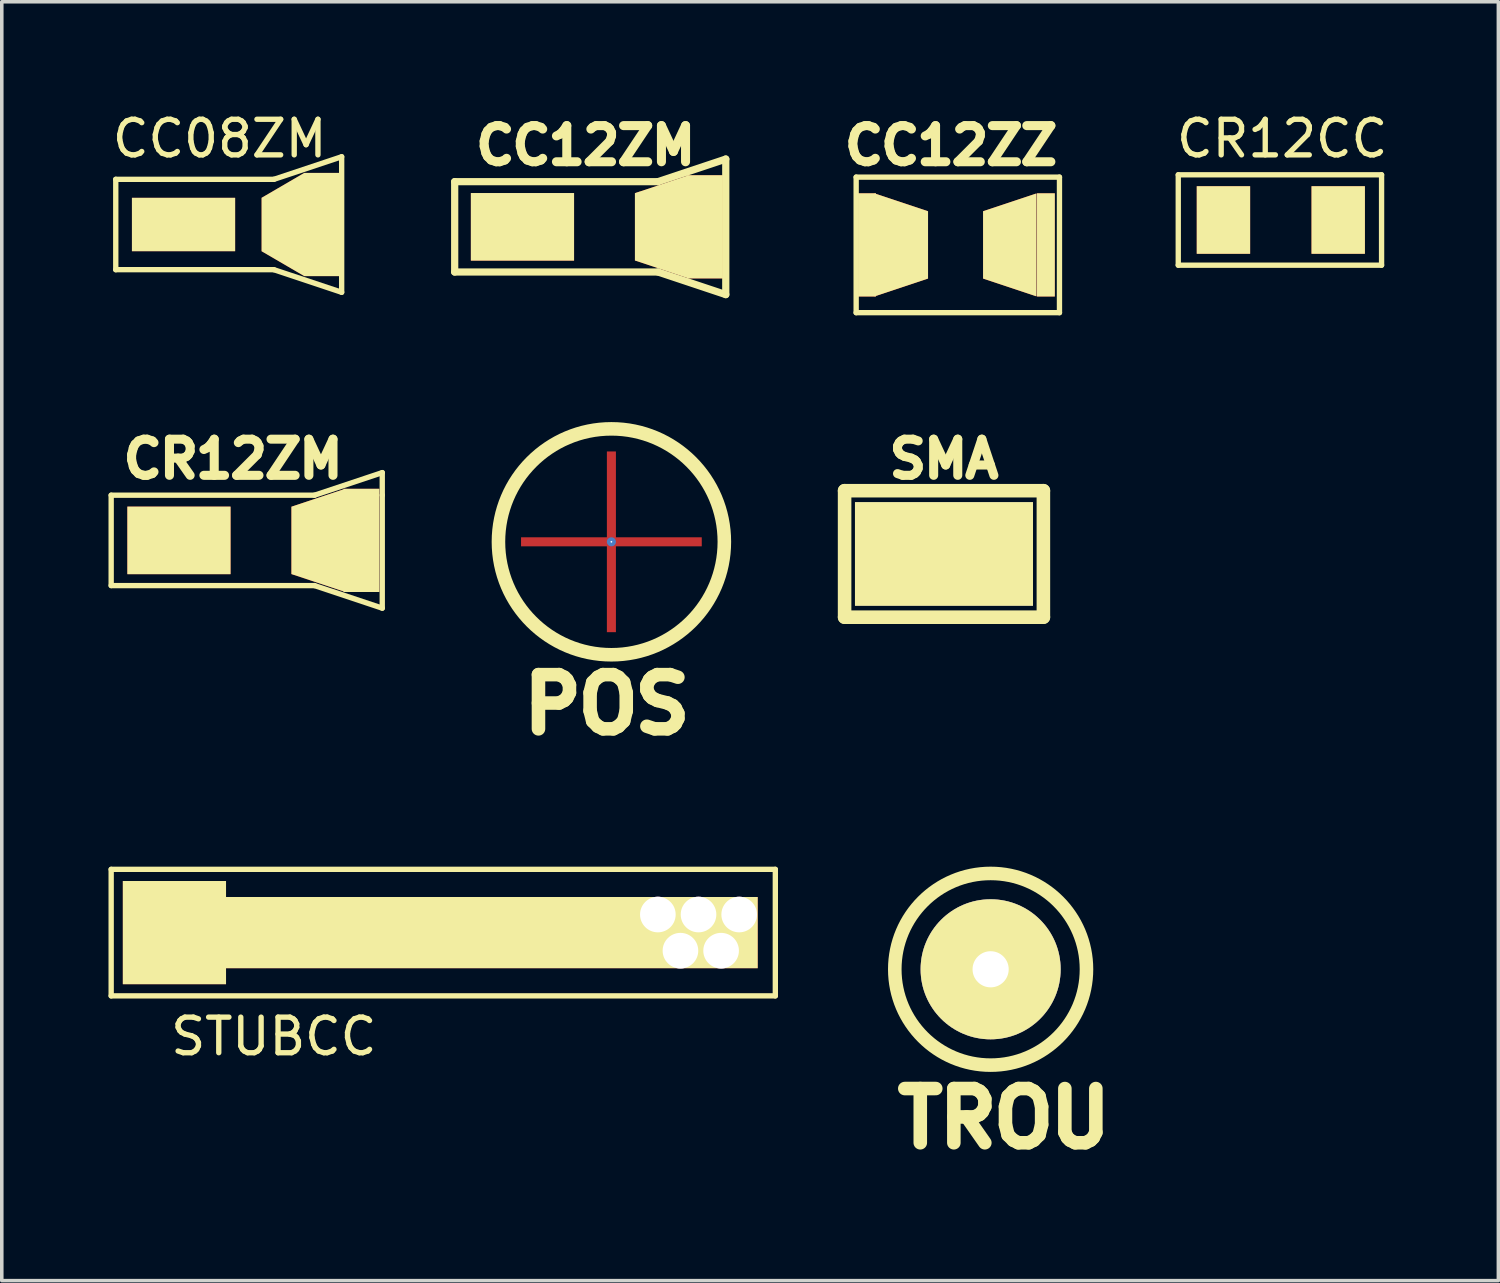
<source format=kicad_pcb>
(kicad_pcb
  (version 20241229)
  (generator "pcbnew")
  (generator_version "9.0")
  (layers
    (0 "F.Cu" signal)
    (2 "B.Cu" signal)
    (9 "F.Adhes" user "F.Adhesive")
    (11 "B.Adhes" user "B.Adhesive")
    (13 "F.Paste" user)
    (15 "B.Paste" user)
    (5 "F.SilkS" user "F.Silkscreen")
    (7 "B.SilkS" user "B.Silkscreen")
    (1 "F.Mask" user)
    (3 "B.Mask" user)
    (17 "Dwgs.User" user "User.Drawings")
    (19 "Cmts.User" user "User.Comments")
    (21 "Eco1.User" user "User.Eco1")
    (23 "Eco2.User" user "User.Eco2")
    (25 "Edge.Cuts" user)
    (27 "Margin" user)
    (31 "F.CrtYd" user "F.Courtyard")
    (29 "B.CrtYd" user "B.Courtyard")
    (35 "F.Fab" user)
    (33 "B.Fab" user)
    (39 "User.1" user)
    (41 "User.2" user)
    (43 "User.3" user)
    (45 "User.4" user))
  (footprint "CC12ZM"
    (layer "F.Cu")
    (at 14.176 3.326)
    (property "Reference" "CC12ZM" (at -0.762 -2.286 0) (layer "F.SilkS") (effects (font (size 1.016 1.016) (thickness 0.305))))
    (attr through_hole)
    (fp_line (start -4.445 -1.27) (end -4.445 1.27) (stroke (width 0.203) (type solid)) (layer "F.SilkS"))
    (fp_line (start -4.445 -1.27) (end 1.27 -1.27) (stroke (width 0.203) (type solid)) (layer "F.SilkS"))
    (fp_line (start -4.445 1.27) (end 1.27 1.27) (stroke (width 0.203) (type solid)) (layer "F.SilkS"))
    (fp_line (start 1.27 -1.27) (end 3.175 -1.905) (stroke (width 0.203) (type solid)) (layer "F.SilkS"))
    (fp_line (start 1.27 1.27) (end 3.175 1.905) (stroke (width 0.203) (type solid)) (layer "F.SilkS"))
    (fp_line (start 3.175 -1.905) (end 3.175 1.905) (stroke (width 0.203) (type solid)) (layer "F.SilkS"))
    (pad "1" smd rect (at -2.54 0) (size 2.901 1.9) (layers "F.Cu" "F.Mask" "F.SilkS" "F.Paste"))
    (pad "2" smd trapezoid (at 1.372 0) (size 1.501 2.393) (rect_delta -0.5 0) (layers "F.Cu" "F.Mask" "F.SilkS" "F.Paste"))
    (pad "2" smd rect (at 2.591 0) (size 1.001 2.901) (layers "F.Cu" "F.Mask" "F.SilkS" "F.Paste"))
    (pad "2" thru_hole circle (at 2.616 -0.711) (size 0.8 0.8) (drill 0.000001) (layers "*.Cu" "*.Mask"))
    (pad "2" thru_hole circle (at 2.616 0.686) (size 0.8 0.8) (drill 0.000001) (layers "*.Cu" "*.Mask")))
  (footprint "STUBCC"
    (layer "F.Cu")
    (at 9.473 23.165)
    (property "Reference" "STUBCC" (at -4.826 2.921 0) (layer "F.SilkS") (effects (font (size 1 1) (thickness 0.15))))
    (attr through_hole)
    (fp_line (start -9.398 -1.778) (end -9.398 1.778) (stroke (width 0.15) (type solid)) (layer "F.SilkS"))
    (fp_line (start -9.398 1.778) (end 9.271 1.778) (stroke (width 0.15) (type solid)) (layer "F.SilkS"))
    (fp_line (start 9.271 -1.778) (end -9.398 -1.778) (stroke (width 0.15) (type solid)) (layer "F.SilkS"))
    (fp_line (start 9.271 -1.778) (end 9.271 1.778) (stroke (width 0.15) (type solid)) (layer "F.SilkS"))
    (pad "1" smd rect (at -7.62 0) (size 2.901 2.901) (layers "F.Cu" "F.Mask" "F.SilkS" "F.Paste"))
    (pad "2" smd rect (at 1.27 0) (size 15.011 2.002) (layers "F.Cu" "F.Mask" "F.SilkS" "F.Paste"))
    (pad "2" thru_hole circle (at 5.969 -0.508) (size 1.001 1.001) (drill 1.016) (layers "*.Cu" "*.Mask"))
    (pad "2" thru_hole circle (at 6.604 0.508) (size 1.001 1.001) (drill 1.016) (layers "*.Cu" "*.Mask"))
    (pad "2" thru_hole circle (at 7.112 -0.508) (size 1.001 1.001) (drill 1.016) (layers "*.Cu" "*.Mask"))
    (pad "2" thru_hole circle (at 7.747 0.508) (size 1.001 1.001) (drill 1.016) (layers "*.Cu" "*.Mask"))
    (pad "2" thru_hole circle (at 8.255 -0.508) (size 1.001 1.001) (drill 1.016) (layers "*.Cu" "*.Mask")))
  (footprint "CR12ZM"
    (layer "F.Cu")
    (at 4.52 12.14)
    (property "Reference" "CR12ZM" (at -1.016 -2.286 0) (layer "F.SilkS") (effects (font (size 1.016 1.016) (thickness 0.305))))
    (attr through_hole)
    (fp_line (start -4.445 -1.27) (end -4.445 1.27) (stroke (width 0.15) (type solid)) (layer "F.SilkS"))
    (fp_line (start -4.445 -1.27) (end 1.27 -1.27) (stroke (width 0.15) (type solid)) (layer "F.SilkS"))
    (fp_line (start -4.445 1.27) (end 1.27 1.27) (stroke (width 0.15) (type solid)) (layer "F.SilkS"))
    (fp_line (start 1.27 -1.27) (end 3.175 -1.905) (stroke (width 0.15) (type solid)) (layer "F.SilkS"))
    (fp_line (start 1.27 1.27) (end 3.175 1.905) (stroke (width 0.15) (type solid)) (layer "F.SilkS"))
    (fp_line (start 3.175 -1.905) (end 3.175 -1.27) (stroke (width 0.15) (type solid)) (layer "F.SilkS"))
    (fp_line (start 3.175 1.905) (end 3.175 -1.27) (stroke (width 0.15) (type solid)) (layer "F.SilkS"))
    (pad "1" smd rect (at -2.54 0) (size 2.901 1.9) (layers "F.Cu" "F.Mask" "F.SilkS" "F.Paste"))
    (pad "2" smd trapezoid (at 1.372 0) (size 1.501 2.393) (rect_delta -0.5 0) (layers "F.Cu" "F.Mask" "F.SilkS" "F.Paste"))
    (pad "2" smd rect (at 2.591 0) (size 1.001 2.901) (layers "F.Cu" "F.Mask" "F.SilkS" "F.Paste"))
    (pad "2" thru_hole circle (at 2.616 -0.711) (size 0.8 0.8) (drill 0.000001) (layers "*.Cu" "*.Mask"))
    (pad "2" thru_hole circle (at 2.616 0.686) (size 0.8 0.8) (drill 0.000001) (layers "*.Cu" "*.Mask")))
  (footprint "CC08ZM"
    (layer "F.Cu")
    (at 4.649 3.261)
    (property "Reference" "CC08ZM" (at -1.524 -2.413 0) (layer "F.SilkS") (effects (font (size 1 1) (thickness 0.15))))
    (attr through_hole)
    (fp_line (start -4.445 -1.27) (end -4.445 1.27) (stroke (width 0.15) (type solid)) (layer "F.SilkS"))
    (fp_line (start -4.445 -1.27) (end 0 -1.27) (stroke (width 0.15) (type solid)) (layer "F.SilkS"))
    (fp_line (start -4.445 1.27) (end 0 1.27) (stroke (width 0.15) (type solid)) (layer "F.SilkS"))
    (fp_line (start 0 -1.27) (end 1.905 -1.905) (stroke (width 0.15) (type solid)) (layer "F.SilkS"))
    (fp_line (start 1.905 -1.905) (end 1.905 1.905) (stroke (width 0.15) (type solid)) (layer "F.SilkS"))
    (fp_line (start 1.905 1.905) (end 0 1.27) (stroke (width 0.15) (type solid)) (layer "F.SilkS"))
    (pad "1" smd rect (at -2.54 0) (size 2.901 1.501) (layers "F.Cu" "F.Mask" "F.SilkS" "F.Paste"))
    (pad "2" smd trapezoid (at 0.254 0) (size 1.199 2.2) (rect_delta -0.699 0) (layers "F.Cu" "F.Mask" "F.SilkS" "F.Paste"))
    (pad "2" thru_hole circle (at 1.219 -0.711) (size 0.8 0.8) (drill 0.000001) (layers "*.Cu" "*.Mask"))
    (pad "2" thru_hole circle (at 1.219 0.686) (size 0.8 0.8) (drill 0.000001) (layers "*.Cu" "*.Mask"))
    (pad "2" smd rect (at 1.346 0) (size 1.001 2.901) (layers "F.Cu" "F.Mask" "F.SilkS" "F.Paste")))
  (footprint "CR12CC"
    (layer "F.Cu")
    (at 32.61 3.134)
    (property "Reference" "CR12CC" (at 0.381 -2.286 0) (layer "F.SilkS") (effects (font (size 1 1) (thickness 0.15))))
    (attr through_hole)
    (fp_line (start -2.54 -1.27) (end 3.175 -1.27) (stroke (width 0.15) (type solid)) (layer "F.SilkS"))
    (fp_line (start -2.54 1.27) (end -2.54 -1.27) (stroke (width 0.15) (type solid)) (layer "F.SilkS"))
    (fp_line (start 3.175 -1.27) (end 3.175 1.27) (stroke (width 0.15) (type solid)) (layer "F.SilkS"))
    (fp_line (start 3.175 1.27) (end -2.54 1.27) (stroke (width 0.15) (type solid)) (layer "F.SilkS"))
    (pad "1" smd rect (at -1.27 0) (size 1.501 1.9) (layers "F.Cu" "F.Mask" "F.SilkS" "F.Paste"))
    (pad "2" smd rect (at 1.956 0) (size 1.501 1.9) (layers "F.Cu" "F.Mask" "F.SilkS" "F.Paste")))
  (footprint "TROU"
    (layer "F.Cu")
    (at 24.796 24.196)
    (property "Reference" "TROU" (at 0.381 4.191 0) (layer "F.SilkS") (effects (font (size 1.524 1.524) (thickness 0.381))))
    (attr through_hole)
    (fp_circle (center 0 0) (end 1.905 1.905) (stroke (width 0.381) (type solid)) (fill no) (layer "F.SilkS"))
    (pad "" thru_hole circle (at 0 0) (size 3.937 3.937) (drill 1.016) (layers "*.Cu" "*.Mask" "F.SilkS")))
  (footprint "POS"
    (layer "F.Cu")
    (at 14.136 12.18)
    (property "Reference" "POS" (at -0.127 4.572 0) (layer "F.SilkS") (effects (font (size 1.524 1.524) (thickness 0.381))))
    (attr through_hole)
    (fp_circle (center 0 0) (end 2.54 1.905) (stroke (width 0.381) (type solid)) (fill no) (layer "F.SilkS"))
    (pad "" thru_hole circle (at 0 0) (size 0.254 0.254) (drill 0.051) (layers "*.Cu" "*.Mask"))
    (pad "" smd rect (at 0 0) (size 0.254 5.08) (layers "F.Cu" "F.Mask" "F.Paste"))
    (pad "" smd rect (at 0 0) (size 5.08 0.254) (layers "F.Cu" "F.Mask" "F.Paste")))
  (footprint "SMA"
    (layer "F.Cu")
    (at 23.485 12.521)
    (property "Reference" "SMA" (at 0 -2.667 0) (layer "F.SilkS") (effects (font (size 1.016 1.016) (thickness 0.305))))
    (attr through_hole)
    (fp_line (start -2.794 -1.778) (end 2.794 -1.778) (stroke (width 0.381) (type solid)) (layer "F.SilkS"))
    (fp_line (start -2.794 1.778) (end -2.794 -1.778) (stroke (width 0.381) (type solid)) (layer "F.SilkS"))
    (fp_line (start 2.794 -1.778) (end 2.794 1.778) (stroke (width 0.381) (type solid)) (layer "F.SilkS"))
    (fp_line (start 2.794 1.778) (end -2.794 1.778) (stroke (width 0.381) (type solid)) (layer "F.SilkS"))
    (pad "1" smd rect (at 0 0) (size 5.004 2.901) (layers "F.Cu" "F.Mask" "F.SilkS" "F.Paste"))
    (pad "2" smd rect (at 0 0) (size 5.004 2.901) (layers "F.Mask" "B.Cu" "F.SilkS" "F.Paste")))
  (footprint "CC12ZZ"
    (layer "F.Cu")
    (at 23.81 3.834)
    (property "Reference" "CC12ZZ" (at -0.127 -2.794 0) (layer "F.SilkS") (effects (font (size 1.016 1.016) (thickness 0.305))))
    (attr through_hole)
    (fp_line (start -2.794 -1.905) (end 2.921 -1.905) (stroke (width 0.15) (type solid)) (layer "F.SilkS"))
    (fp_line (start -2.794 1.905) (end -2.794 -1.905) (stroke (width 0.15) (type solid)) (layer "F.SilkS"))
    (fp_line (start 2.921 -1.905) (end 2.921 1.905) (stroke (width 0.15) (type solid)) (layer "F.SilkS"))
    (fp_line (start 2.921 1.905) (end -2.794 1.905) (stroke (width 0.15) (type solid)) (layer "F.SilkS"))
    (pad "1" smd rect (at -2.489 0) (size 0.5 2.901) (layers "F.Cu" "F.Mask" "F.SilkS" "F.Paste"))
    (pad "1" smd trapezoid (at -1.524 0) (size 1.501 2.393) (rect_delta 0.5 0) (layers "F.Cu" "F.Mask" "F.SilkS" "F.Paste"))
    (pad "2" smd trapezoid (at 1.524 0) (size 1.501 2.393) (rect_delta -0.5 0) (layers "F.Cu" "F.Mask" "F.SilkS" "F.Paste"))
    (pad "2" smd rect (at 2.54 0) (size 0.5 2.901) (layers "F.Cu" "F.Mask" "F.SilkS" "F.Paste")))
  (gr_rect
    (start -3 -3)
    (end 39.068 32.948)
    (stroke (width 0.1) (type default))
    (fill no)
    (layer "Edge.Cuts")))
</source>
